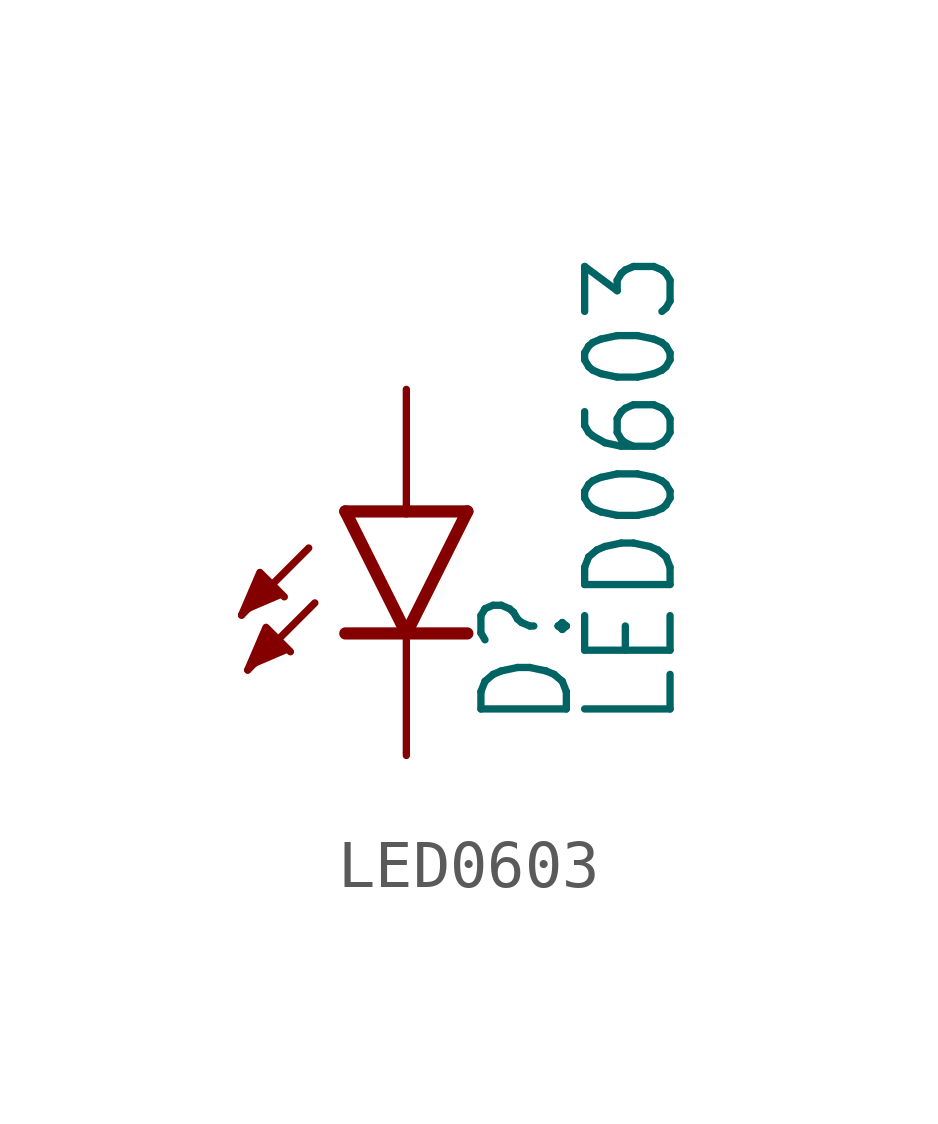
<source format=kicad_sym>
(kicad_symbol_lib
  (version 20220914)
  (generator kicad_symbol_editor)
  (symbol "LED0603"
    (property "Reference" "D"
      (at 3.556 -4.572 90)
      (effects (font (size 1.778 1.511)) (justify left bottom)))
    (property "Value" "LED0603"
      (at 5.715 -4.572 90)
      (effects (font (size 1.778 1.511)) (justify left bottom)))
    (property "ki_locked" ""
      (at 0 0 0)
      (effects (font (size 1.27 1.27))))
    (symbol "LED0603_1_0"
      (polyline (pts (xy -2.032 -0.762) (xy -3.429 -2.159)) (stroke (width 0.152) (type default)) (fill (type none)))
      (polyline (pts (xy -1.905 -1.905) (xy -3.302 -3.302)) (stroke (width 0.152) (type default)) (fill (type none)))
      (polyline (pts (xy 0 -2.54) (xy -1.27 -2.54)) (stroke (width 0.254) (type default)) (fill (type none)))
      (polyline (pts (xy 0 -2.54) (xy -1.27 0)) (stroke (width 0.254) (type default)) (fill (type none)))
      (polyline (pts (xy 0 0) (xy -1.27 0)) (stroke (width 0.254) (type default)) (fill (type none)))
      (polyline (pts (xy 1.27 -2.54) (xy 0 -2.54)) (stroke (width 0.254) (type default)) (fill (type none)))
      (polyline (pts (xy 1.27 0) (xy 0 -2.54)) (stroke (width 0.254) (type default)) (fill (type none)))
      (polyline (pts (xy 1.27 0) (xy 0 0)) (stroke (width 0.254) (type default)) (fill (type none)))
      (polyline (pts (xy -3.429 -2.159) (xy -3.048 -1.27) (xy -2.54 -1.778)) (stroke (width 0) (type default)) (fill (type outline)))
      (polyline (pts (xy -3.302 -3.302) (xy -2.921 -2.413) (xy -2.413 -2.921)) (stroke (width 0) (type default)) (fill (type outline)))
      (pin passive line (at 0 2.54 270) (length 2.54) (name "A" (effects (font (size 0 0)))) (number "A" (effects (font (size 0 0)))))
      (pin passive line (at 0 -5.08 90) (length 2.54) (name "C" (effects (font (size 0 0)))) (number "C" (effects (font (size 0 0))))))))
</source>
